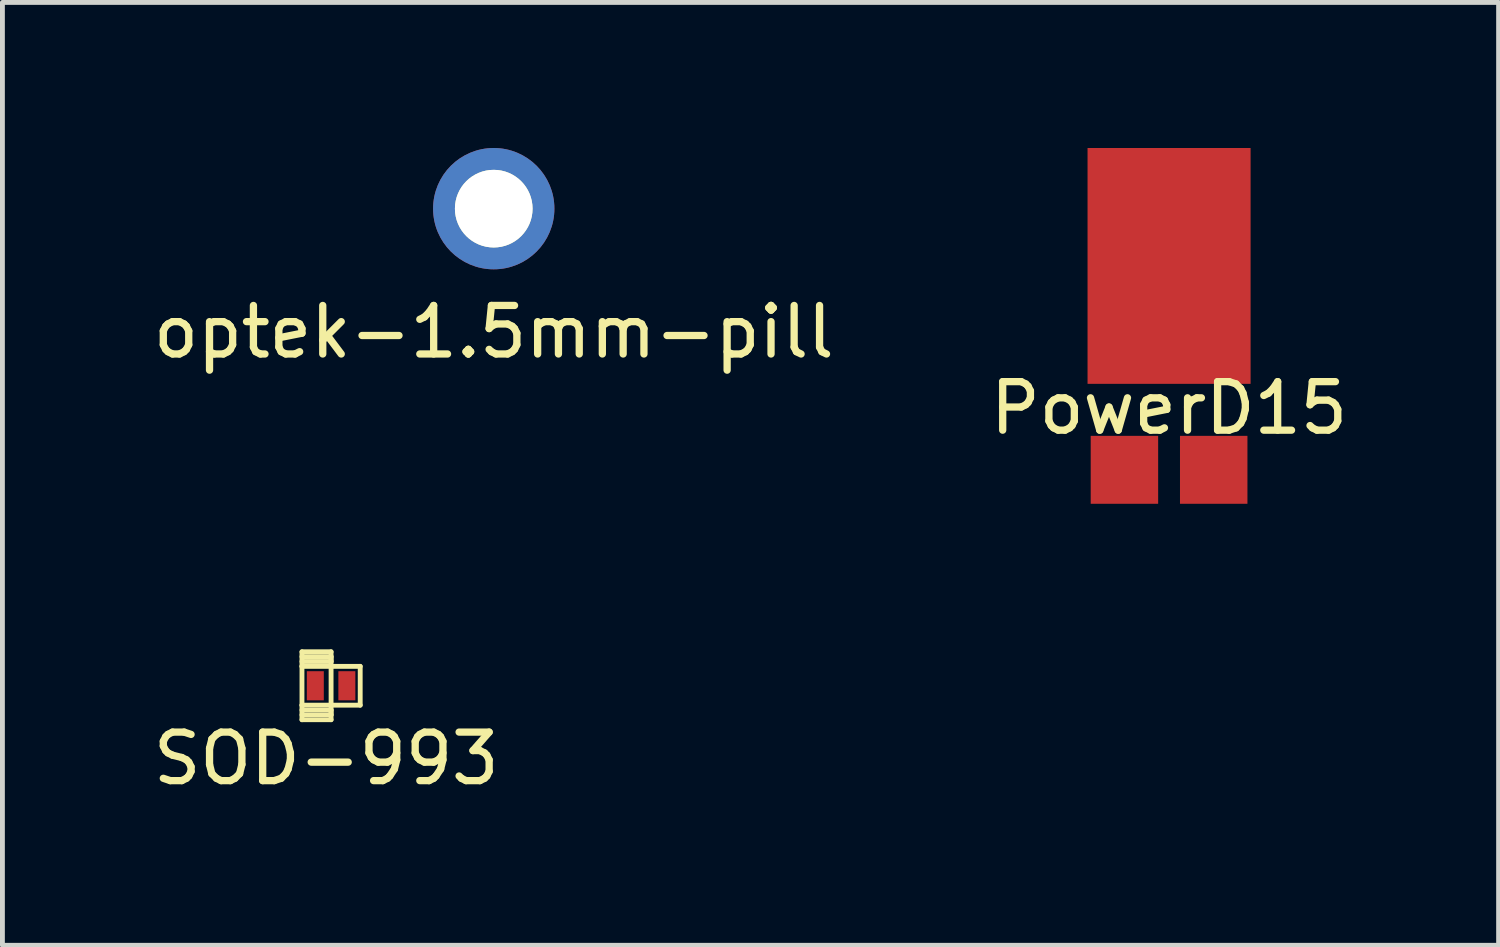
<source format=kicad_pcb>
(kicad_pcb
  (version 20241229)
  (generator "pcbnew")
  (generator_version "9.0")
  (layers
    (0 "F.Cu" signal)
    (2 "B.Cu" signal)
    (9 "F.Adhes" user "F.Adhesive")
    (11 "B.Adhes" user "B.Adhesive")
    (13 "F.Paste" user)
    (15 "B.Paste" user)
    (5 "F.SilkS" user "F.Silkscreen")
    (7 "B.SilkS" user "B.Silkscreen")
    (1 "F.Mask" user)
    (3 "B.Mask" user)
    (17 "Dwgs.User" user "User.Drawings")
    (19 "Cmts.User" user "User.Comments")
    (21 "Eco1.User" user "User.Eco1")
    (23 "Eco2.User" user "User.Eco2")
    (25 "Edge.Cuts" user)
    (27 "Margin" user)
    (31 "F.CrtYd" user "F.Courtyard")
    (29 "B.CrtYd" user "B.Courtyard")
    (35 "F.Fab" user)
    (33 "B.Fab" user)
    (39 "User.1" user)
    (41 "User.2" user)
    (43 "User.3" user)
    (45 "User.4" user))
  (footprint "SOD-993"
    (layer "F.Cu")
    (at 3.773 11.082)
    (property "Reference" "SOD-993" (at -0.1 1.5 0) (layer "F.SilkS") (effects (font (size 1 1) (thickness 0.15))))
    (attr through_hole)
    (fp_line (start -0.6 -0.7) (end 0 -0.7) (stroke (width 0.1) (type solid)) (layer "F.SilkS"))
    (fp_line (start -0.6 -0.6) (end 0 -0.6) (stroke (width 0.1) (type solid)) (layer "F.SilkS"))
    (fp_line (start -0.6 -0.4) (end -0.6 -0.7) (stroke (width 0.1) (type solid)) (layer "F.SilkS"))
    (fp_line (start -0.6 -0.4) (end -0.6 0.4) (stroke (width 0.1) (type solid)) (layer "F.SilkS"))
    (fp_line (start -0.6 0.4) (end 0.6 0.4) (stroke (width 0.1) (type solid)) (layer "F.SilkS"))
    (fp_line (start -0.6 0.5) (end 0 0.5) (stroke (width 0.1) (type solid)) (layer "F.SilkS"))
    (fp_line (start -0.6 0.7) (end -0.6 0.4) (stroke (width 0.1) (type solid)) (layer "F.SilkS"))
    (fp_line (start 0 -0.7) (end 0 0.7) (stroke (width 0.1) (type solid)) (layer "F.SilkS"))
    (fp_line (start 0 -0.6) (end 0 -0.5) (stroke (width 0.1) (type solid)) (layer "F.SilkS"))
    (fp_line (start 0 -0.5) (end -0.6 -0.5) (stroke (width 0.1) (type solid)) (layer "F.SilkS"))
    (fp_line (start 0 0.5) (end 0 0.6) (stroke (width 0.1) (type solid)) (layer "F.SilkS"))
    (fp_line (start 0 0.6) (end -0.6 0.6) (stroke (width 0.1) (type solid)) (layer "F.SilkS"))
    (fp_line (start 0 0.7) (end -0.6 0.7) (stroke (width 0.1) (type solid)) (layer "F.SilkS"))
    (fp_line (start 0.6 -0.4) (end -0.6 -0.4) (stroke (width 0.1) (type solid)) (layer "F.SilkS"))
    (fp_line (start 0.6 -0.4) (end 0.6 0.4) (stroke (width 0.1) (type solid)) (layer "F.SilkS"))
    (pad "1" smd rect (at -0.325 0) (size 0.35 0.6) (layers "F.Cu" "F.Mask" "F.Paste"))
    (pad "2" smd rect (at 0.325 0) (size 0.35 0.6) (layers "F.Cu" "F.Mask" "F.Paste")))
  (footprint "optek-1.5mm-pill"
    (layer "F.Cu")
    (at 7.125 1.25)
    (property "Reference" "optek-1.5mm-pill" (at 0 2.54 0) (layer "F.SilkS") (effects (font (size 1 1) (thickness 0.15))))
    (attr through_hole)
    (pad "" np_thru_hole circle (at 0 0) (size 1.6 1.6) (drill 1.6) (layers "*.Cu" "*.Mask" "F.SilkS"))
    (pad "1" smd circle (at 0 0) (size 2.5 2.5) (layers "B.Cu" "B.Mask" "B.Paste"))
    (pad "2" smd circle (at 0 0) (size 2.5 2.5) (layers "F.Cu" "F.Mask" "F.Paste")))
  (footprint "PowerD15"
    (layer "F.Cu")
    (at 21.042 4.86)
    (property "Reference" "PowerD15" (at 0 0.5 0) (layer "F.SilkS") (effects (font (size 1 1) (thickness 0.15))))
    (attr through_hole)
    (pad "1" smd rect (at 0 -2.43) (size 3.36 4.86) (layers "F.Cu" "F.Mask" "F.Paste"))
    (pad "2" smd rect (at -0.92 1.772) (size 1.39 1.4) (layers "F.Cu" "F.Mask" "F.Paste"))
    (pad "2" smd rect (at 0.92 1.772) (size 1.39 1.4) (layers "F.Cu" "F.Mask" "F.Paste")))
  (gr_rect
    (start -3 -3)
    (end 27.833 16.43)
    (stroke (width 0.1) (type default))
    (fill no)
    (layer "Edge.Cuts")))
</source>
